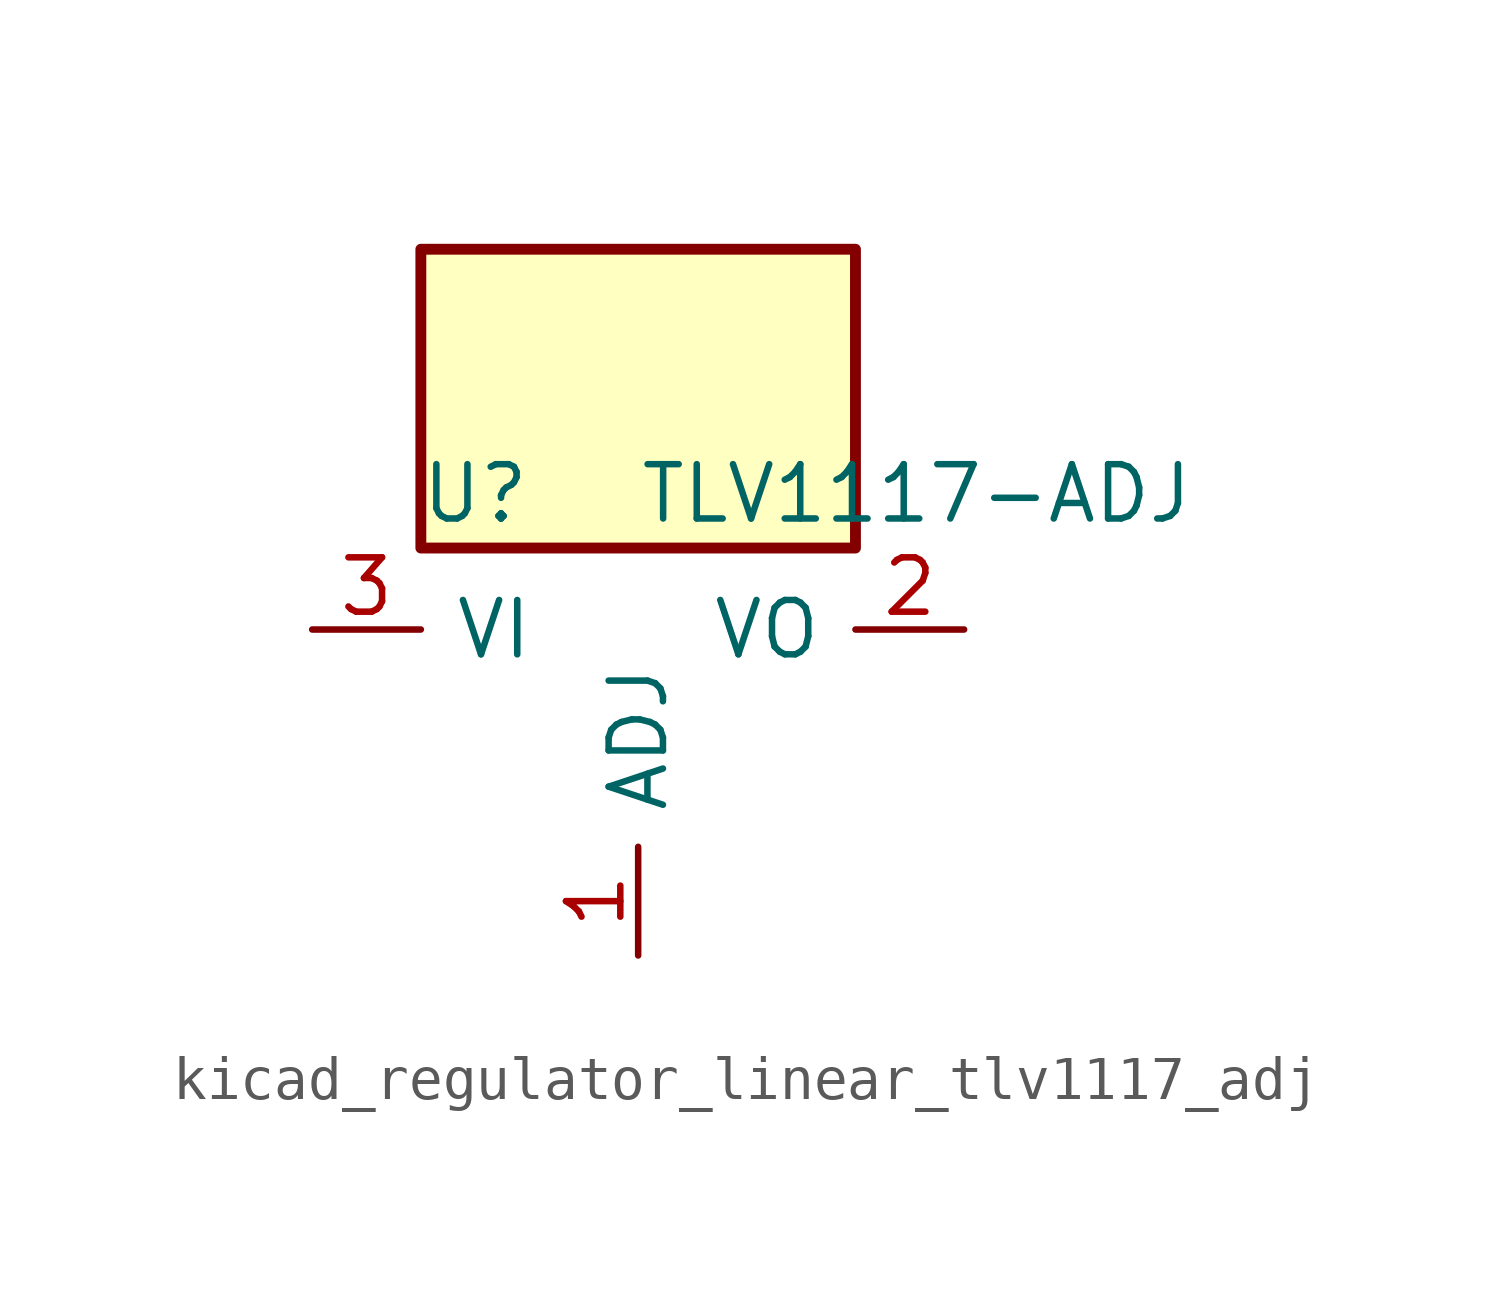
<source format=kicad_sym>
(kicad_symbol_lib
  (version 20220914)
  (generator kicad_symbol_editor)
  (symbol "kicad_regulator_linear_tlv1117_adj"
    (pin_names
      (offset 0.762))
    (property "Reference" "U"
      (at -3.81 3.175 0)
      (effects (font (size 1.27 1.27))))
    (property "Value" "TLV1117-ADJ"
      (at 0 3.175 0)
      (effects (font (size 1.27 1.27)) (justify left)))
    (symbol "kicad_regulator_linear_tlv1117_adj_0_1"
      (rectangle (start 5.08 8.89) (end -5.08 1.905) (stroke (width 0.254) (type default)) (fill (type background))))
    (symbol "kicad_regulator_linear_tlv1117_adj_1_1"
      (pin input line (at 0 -7.62 90) (length 2.54) (name "ADJ" (effects (font (size 1.27 1.27)))) (number "1" (effects (font (size 1.27 1.27)))))
      (pin power_out line (at 7.62 0 180) (length 2.54) (name "VO" (effects (font (size 1.27 1.27)))) (number "2" (effects (font (size 1.27 1.27)))))
      (pin power_in line (at -7.62 0 0) (length 2.54) (name "VI" (effects (font (size 1.27 1.27)))) (number "3" (effects (font (size 1.27 1.27))))))))
</source>
